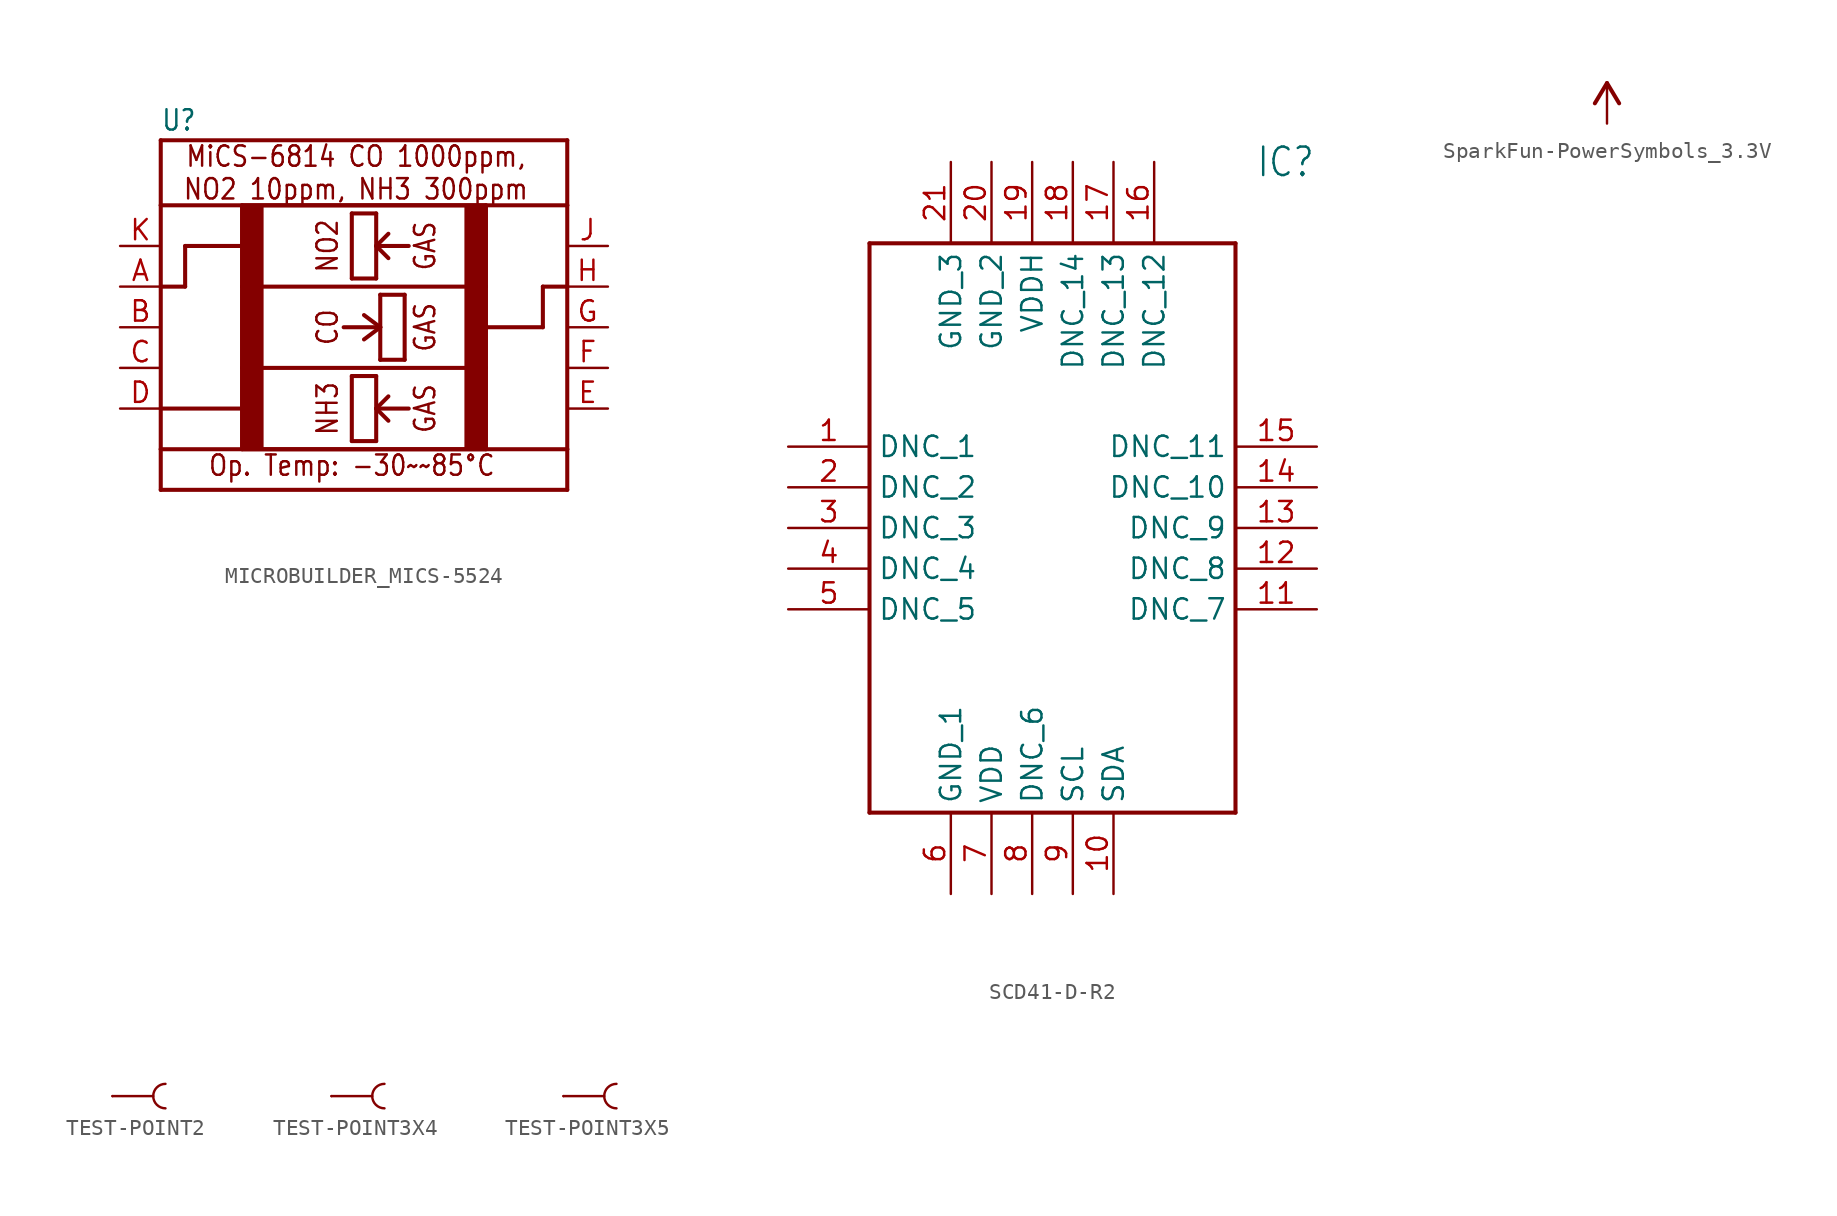
<source format=kicad_sym>
(kicad_symbol_lib
  (version 20231120)
  (generator "kicad_symbol_editor")
  (generator_version "8.0")
  (symbol "MICROBUILDER_MICS-5524"
    (property "Reference" "U"
      (at -12.7 12.192 0)
      (effects (font (size 1.27 1.079)) (justify left bottom)))
    (property "Value" ""
      (at -12.7 -11.938 0)
      (effects (font (size 1.27 1.079)) (justify left bottom)))
    (property "ki_locked" ""
      (at 0 0 0)
      (effects (font (size 1.27 1.27))))
    (symbol "MICROBUILDER_MICS-5524_1_0"
      (rectangle (start -7.62 -7.62) (end -6.35 -2.54) (stroke (width 0) (type default)) (fill (type outline)))
      (rectangle (start -7.62 -2.54) (end -6.35 2.54) (stroke (width 0) (type default)) (fill (type outline)))
      (rectangle (start -7.62 2.54) (end -6.35 7.62) (stroke (width 0) (type default)) (fill (type outline)))
      (polyline (pts (xy -12.7 -10.16) (xy 12.7 -10.16)) (stroke (width 0.254) (type solid)) (fill (type none)))
      (polyline (pts (xy -12.7 -7.62) (xy -12.7 -10.16)) (stroke (width 0.254) (type solid)) (fill (type none)))
      (polyline (pts (xy -12.7 -5.08) (xy -12.7 -7.62)) (stroke (width 0.254) (type solid)) (fill (type none)))
      (polyline (pts (xy -12.7 -5.08) (xy -7.62 -5.08)) (stroke (width 0.254) (type solid)) (fill (type none)))
      (polyline (pts (xy -12.7 2.54) (xy -12.7 -5.08)) (stroke (width 0.254) (type solid)) (fill (type none)))
      (polyline (pts (xy -12.7 2.54) (xy -11.176 2.54)) (stroke (width 0.254) (type solid)) (fill (type none)))
      (polyline (pts (xy -12.7 7.62) (xy -12.7 2.54)) (stroke (width 0.254) (type solid)) (fill (type none)))
      (polyline (pts (xy -12.7 7.62) (xy -12.7 11.684)) (stroke (width 0.254) (type solid)) (fill (type none)))
      (polyline (pts (xy -12.7 11.684) (xy 12.7 11.684)) (stroke (width 0.254) (type solid)) (fill (type none)))
      (polyline (pts (xy -11.176 2.54) (xy -11.176 5.08)) (stroke (width 0.254) (type solid)) (fill (type none)))
      (polyline (pts (xy -11.176 5.08) (xy -7.62 5.08)) (stroke (width 0.254) (type solid)) (fill (type none)))
      (polyline (pts (xy -7.62 -7.62) (xy 7.62 -7.62)) (stroke (width 0.254) (type solid)) (fill (type none)))
      (polyline (pts (xy -7.62 -5.08) (xy -7.62 -7.62)) (stroke (width 0.254) (type solid)) (fill (type none)))
      (polyline (pts (xy -7.62 -2.54) (xy -7.62 -5.08)) (stroke (width 0.254) (type solid)) (fill (type none)))
      (polyline (pts (xy -7.62 2.54) (xy -7.62 -2.54)) (stroke (width 0.254) (type solid)) (fill (type none)))
      (polyline (pts (xy -7.62 2.54) (xy 7.62 2.54)) (stroke (width 0.254) (type solid)) (fill (type none)))
      (polyline (pts (xy -7.62 5.08) (xy -7.62 2.54)) (stroke (width 0.254) (type solid)) (fill (type none)))
      (polyline (pts (xy -7.62 7.62) (xy -7.62 5.08)) (stroke (width 0.254) (type solid)) (fill (type none)))
      (polyline (pts (xy -1.27 0) (xy 0.762 0)) (stroke (width 0.254) (type solid)) (fill (type none)))
      (polyline (pts (xy -0.762 -7.112) (xy -0.762 -3.048)) (stroke (width 0.254) (type solid)) (fill (type none)))
      (polyline (pts (xy -0.762 -3.048) (xy 0.762 -3.048)) (stroke (width 0.254) (type solid)) (fill (type none)))
      (polyline (pts (xy -0.762 3.048) (xy -0.762 7.112)) (stroke (width 0.254) (type solid)) (fill (type none)))
      (polyline (pts (xy -0.762 7.112) (xy 0.762 7.112)) (stroke (width 0.254) (type solid)) (fill (type none)))
      (polyline (pts (xy 0.762 -7.112) (xy -0.762 -7.112)) (stroke (width 0.254) (type solid)) (fill (type none)))
      (polyline (pts (xy 0.762 -5.08) (xy 0.762 -7.112)) (stroke (width 0.254) (type solid)) (fill (type none)))
      (polyline (pts (xy 0.762 -5.08) (xy 1.524 -5.842)) (stroke (width 0.254) (type solid)) (fill (type none)))
      (polyline (pts (xy 0.762 -5.08) (xy 1.524 -4.318)) (stroke (width 0.254) (type solid)) (fill (type none)))
      (polyline (pts (xy 0.762 -3.048) (xy 0.762 -5.08)) (stroke (width 0.254) (type solid)) (fill (type none)))
      (polyline (pts (xy 0.762 3.048) (xy -0.762 3.048)) (stroke (width 0.254) (type solid)) (fill (type none)))
      (polyline (pts (xy 0.762 5.08) (xy 0.762 3.048)) (stroke (width 0.254) (type solid)) (fill (type none)))
      (polyline (pts (xy 0.762 5.08) (xy 1.524 4.318)) (stroke (width 0.254) (type solid)) (fill (type none)))
      (polyline (pts (xy 0.762 5.08) (xy 1.524 5.842)) (stroke (width 0.254) (type solid)) (fill (type none)))
      (polyline (pts (xy 0.762 7.112) (xy 0.762 5.08)) (stroke (width 0.254) (type solid)) (fill (type none)))
      (polyline (pts (xy 1.016 -5.08) (xy 2.794 -5.08)) (stroke (width 0.254) (type solid)) (fill (type none)))
      (polyline (pts (xy 1.016 -2.032) (xy 1.016 0)) (stroke (width 0.254) (type solid)) (fill (type none)))
      (polyline (pts (xy 1.016 0) (xy 0 -0.762)) (stroke (width 0.254) (type solid)) (fill (type none)))
      (polyline (pts (xy 1.016 0) (xy 0 0.762)) (stroke (width 0.254) (type solid)) (fill (type none)))
      (polyline (pts (xy 1.016 0) (xy 1.016 2.032)) (stroke (width 0.254) (type solid)) (fill (type none)))
      (polyline (pts (xy 1.016 2.032) (xy 2.54 2.032)) (stroke (width 0.254) (type solid)) (fill (type none)))
      (polyline (pts (xy 1.016 5.08) (xy 2.794 5.08)) (stroke (width 0.254) (type solid)) (fill (type none)))
      (polyline (pts (xy 2.54 -2.032) (xy 1.016 -2.032)) (stroke (width 0.254) (type solid)) (fill (type none)))
      (polyline (pts (xy 2.54 2.032) (xy 2.54 -2.032)) (stroke (width 0.254) (type solid)) (fill (type none)))
      (polyline (pts (xy 7.62 -7.62) (xy 7.62 -2.54)) (stroke (width 0.254) (type solid)) (fill (type none)))
      (polyline (pts (xy 7.62 -2.54) (xy -7.62 -2.54)) (stroke (width 0.254) (type solid)) (fill (type none)))
      (polyline (pts (xy 7.62 -2.54) (xy 7.62 0)) (stroke (width 0.254) (type solid)) (fill (type none)))
      (polyline (pts (xy 7.62 0) (xy 7.62 2.54)) (stroke (width 0.254) (type solid)) (fill (type none)))
      (polyline (pts (xy 7.62 2.54) (xy 7.62 7.62)) (stroke (width 0.254) (type solid)) (fill (type none)))
      (polyline (pts (xy 7.62 7.62) (xy -7.62 7.62)) (stroke (width 0.254) (type solid)) (fill (type none)))
      (polyline (pts (xy 11.176 0) (xy 7.62 0)) (stroke (width 0.254) (type solid)) (fill (type none)))
      (polyline (pts (xy 11.176 2.54) (xy 11.176 0)) (stroke (width 0.254) (type solid)) (fill (type none)))
      (polyline (pts (xy 12.7 -10.16) (xy 12.7 -7.62)) (stroke (width 0.254) (type solid)) (fill (type none)))
      (polyline (pts (xy 12.7 -7.62) (xy -12.7 -7.62)) (stroke (width 0.254) (type solid)) (fill (type none)))
      (polyline (pts (xy 12.7 2.54) (xy 11.176 2.54)) (stroke (width 0.254) (type solid)) (fill (type none)))
      (polyline (pts (xy 12.7 2.54) (xy 12.7 -7.62)) (stroke (width 0.254) (type solid)) (fill (type none)))
      (polyline (pts (xy 12.7 7.62) (xy -12.7 7.62)) (stroke (width 0.254) (type solid)) (fill (type none)))
      (polyline (pts (xy 12.7 7.62) (xy 12.7 2.54)) (stroke (width 0.254) (type solid)) (fill (type none)))
      (polyline (pts (xy 12.7 11.684) (xy 12.7 7.62)) (stroke (width 0.254) (type solid)) (fill (type none)))
      (rectangle (start 6.35 -7.62) (end 7.62 -2.54) (stroke (width 0) (type default)) (fill (type outline)))
      (rectangle (start 6.35 -2.54) (end 7.62 2.54) (stroke (width 0) (type default)) (fill (type outline)))
      (rectangle (start 6.35 2.54) (end 7.62 7.62) (stroke (width 0) (type default)) (fill (type outline)))
      (text "CO" (at -2.286 0 900) (effects (font (size 1.27 1.079))))
      (text "GAS" (at 3.81 -5.08 900) (effects (font (size 1.27 1.079))))
      (text "GAS" (at 3.81 0 900) (effects (font (size 1.27 1.079))))
      (text "GAS" (at 3.81 5.08 900) (effects (font (size 1.27 1.079))))
      (text "MiCS-6814 CO 1000ppm,\nNO2 10ppm, NH3 300ppm" (at -0.508 9.652 0) (effects (font (size 1.27 1.079))))
      (text "NH3" (at -2.286 -5.08 900) (effects (font (size 1.27 1.079))))
      (text "NO2" (at -2.286 5.08 900) (effects (font (size 1.27 1.079))))
      (text "Op. Temp: -30~~85°C" (at -0.762 -8.636 0) (effects (font (size 1.27 1.079))))
      (pin bidirectional line (at -15.24 2.54 0) (length 2.54) (name "A" (effects (font (size 0 0)))) (number "A" (effects (font (size 1.27 1.27)))))
      (pin bidirectional line (at -15.24 0 0) (length 2.54) (name "B" (effects (font (size 0 0)))) (number "B" (effects (font (size 1.27 1.27)))))
      (pin bidirectional line (at -15.24 -2.54 0) (length 2.54) (name "C" (effects (font (size 0 0)))) (number "C" (effects (font (size 1.27 1.27)))))
      (pin bidirectional line (at -15.24 -5.08 0) (length 2.54) (name "D" (effects (font (size 0 0)))) (number "D" (effects (font (size 1.27 1.27)))))
      (pin bidirectional line (at 15.24 -5.08 180) (length 2.54) (name "E" (effects (font (size 0 0)))) (number "E" (effects (font (size 1.27 1.27)))))
      (pin bidirectional line (at 15.24 -2.54 180) (length 2.54) (name "F" (effects (font (size 0 0)))) (number "F" (effects (font (size 1.27 1.27)))))
      (pin bidirectional line (at 15.24 0 180) (length 2.54) (name "G" (effects (font (size 0 0)))) (number "G" (effects (font (size 1.27 1.27)))))
      (pin bidirectional line (at 15.24 2.54 180) (length 2.54) (name "H" (effects (font (size 0 0)))) (number "H" (effects (font (size 1.27 1.27)))))
      (pin bidirectional line (at 15.24 5.08 180) (length 2.54) (name "J" (effects (font (size 0 0)))) (number "J" (effects (font (size 1.27 1.27)))))
      (pin bidirectional line (at -15.24 5.08 0) (length 2.54) (name "K" (effects (font (size 0 0)))) (number "K" (effects (font (size 1.27 1.27)))))))
  (symbol "SCD41-D-R2"
    (property "Reference" "IC"
      (at 29.21 17.78 0)
      (effects (font (size 1.778 1.511)) (justify left)))
    (property "Value" ""
      (at 29.21 15.24 0)
      (effects (font (size 1.778 1.511)) (justify left)))
    (property "ki_locked" ""
      (at 0 0 0)
      (effects (font (size 1.27 1.27))))
    (symbol "SCD41-D-R2_1_0"
      (polyline (pts (xy 5.08 12.7) (xy 5.08 -22.86)) (stroke (width 0.254) (type solid)) (fill (type none)))
      (polyline (pts (xy 5.08 12.7) (xy 27.94 12.7)) (stroke (width 0.254) (type solid)) (fill (type none)))
      (polyline (pts (xy 27.94 -22.86) (xy 5.08 -22.86)) (stroke (width 0.254) (type solid)) (fill (type none)))
      (polyline (pts (xy 27.94 -22.86) (xy 27.94 12.7)) (stroke (width 0.254) (type solid)) (fill (type none)))
      (pin bidirectional line (at 0 0 0) (length 5.08) (name "DNC_1" (effects (font (size 1.27 1.27)))) (number "1" (effects (font (size 1.27 1.27)))))
      (pin bidirectional line (at 20.32 -27.94 90) (length 5.08) (name "SDA" (effects (font (size 1.27 1.27)))) (number "10" (effects (font (size 1.27 1.27)))))
      (pin bidirectional line (at 33.02 -10.16 180) (length 5.08) (name "DNC_7" (effects (font (size 1.27 1.27)))) (number "11" (effects (font (size 1.27 1.27)))))
      (pin bidirectional line (at 33.02 -7.62 180) (length 5.08) (name "DNC_8" (effects (font (size 1.27 1.27)))) (number "12" (effects (font (size 1.27 1.27)))))
      (pin bidirectional line (at 33.02 -5.08 180) (length 5.08) (name "DNC_9" (effects (font (size 1.27 1.27)))) (number "13" (effects (font (size 1.27 1.27)))))
      (pin bidirectional line (at 33.02 -2.54 180) (length 5.08) (name "DNC_10" (effects (font (size 1.27 1.27)))) (number "14" (effects (font (size 1.27 1.27)))))
      (pin bidirectional line (at 33.02 0 180) (length 5.08) (name "DNC_11" (effects (font (size 1.27 1.27)))) (number "15" (effects (font (size 1.27 1.27)))))
      (pin bidirectional line (at 22.86 17.78 270) (length 5.08) (name "DNC_12" (effects (font (size 1.27 1.27)))) (number "16" (effects (font (size 1.27 1.27)))))
      (pin bidirectional line (at 20.32 17.78 270) (length 5.08) (name "DNC_13" (effects (font (size 1.27 1.27)))) (number "17" (effects (font (size 1.27 1.27)))))
      (pin bidirectional line (at 17.78 17.78 270) (length 5.08) (name "DNC_14" (effects (font (size 1.27 1.27)))) (number "18" (effects (font (size 1.27 1.27)))))
      (pin bidirectional line (at 15.24 17.78 270) (length 5.08) (name "VDDH" (effects (font (size 1.27 1.27)))) (number "19" (effects (font (size 1.27 1.27)))))
      (pin bidirectional line (at 0 -2.54 0) (length 5.08) (name "DNC_2" (effects (font (size 1.27 1.27)))) (number "2" (effects (font (size 1.27 1.27)))))
      (pin bidirectional line (at 12.7 17.78 270) (length 5.08) (name "GND_2" (effects (font (size 1.27 1.27)))) (number "20" (effects (font (size 1.27 1.27)))))
      (pin bidirectional line (at 10.16 17.78 270) (length 5.08) (name "GND_3" (effects (font (size 1.27 1.27)))) (number "21" (effects (font (size 1.27 1.27)))))
      (pin bidirectional line (at 0 -5.08 0) (length 5.08) (name "DNC_3" (effects (font (size 1.27 1.27)))) (number "3" (effects (font (size 1.27 1.27)))))
      (pin bidirectional line (at 0 -7.62 0) (length 5.08) (name "DNC_4" (effects (font (size 1.27 1.27)))) (number "4" (effects (font (size 1.27 1.27)))))
      (pin bidirectional line (at 0 -10.16 0) (length 5.08) (name "DNC_5" (effects (font (size 1.27 1.27)))) (number "5" (effects (font (size 1.27 1.27)))))
      (pin bidirectional line (at 10.16 -27.94 90) (length 5.08) (name "GND_1" (effects (font (size 1.27 1.27)))) (number "6" (effects (font (size 1.27 1.27)))))
      (pin bidirectional line (at 12.7 -27.94 90) (length 5.08) (name "VDD" (effects (font (size 1.27 1.27)))) (number "7" (effects (font (size 1.27 1.27)))))
      (pin bidirectional line (at 15.24 -27.94 90) (length 5.08) (name "DNC_6" (effects (font (size 1.27 1.27)))) (number "8" (effects (font (size 1.27 1.27)))))
      (pin bidirectional line (at 17.78 -27.94 90) (length 5.08) (name "SCL" (effects (font (size 1.27 1.27)))) (number "9" (effects (font (size 1.27 1.27)))))))
  (symbol "SparkFun-PowerSymbols_3.3V"
    (power)
    (property "Reference" "#SUPPLY"
      (at 0 0 0)
      (effects (font (size 1.27 1.27)) (hide yes)))
    (property "Value" ""
      (at 0 2.794 0)
      (effects (font (size 1.778 1.511)) (justify bottom)))
    (property "ki_locked" ""
      (at 0 0 0)
      (effects (font (size 1.27 1.27))))
    (symbol "SparkFun-PowerSymbols_3.3V_1_0"
      (polyline (pts (xy 0 2.54) (xy -0.762 1.27)) (stroke (width 0.254) (type solid)) (fill (type none)))
      (polyline (pts (xy 0.762 1.27) (xy 0 2.54)) (stroke (width 0.254) (type solid)) (fill (type none)))
      (pin power_in line (at 0 0 90) (length 2.54) (name "3.3V" (effects (font (size 0 0)))) (number "1" (effects (font (size 0 0)))))))
  (symbol "TEST-POINT2"
    (property "Reference" "TP"
      (at -2.54 2.54 0)
      (effects (font (size 1.778 1.778)) (justify left bottom) (hide yes)))
    (property "ki_locked" ""
      (at 0 0 0)
      (effects (font (size 1.27 1.27))))
    (symbol "TEST-POINT2_1_0"
      (polyline (pts (xy 2.54 0) (xy 0 0)) (stroke (width 0.152) (type solid)) (fill (type none)))
      (arc (start 3.302 0.762) (mid 2.54 0) (end 3.302 -0.762) (stroke (width 0.1524) (type solid)) (fill (type none)))
      (pin bidirectional line (at 0 0 180) (length 0) (name "1" (effects (font (size 0 0)))) (number "P$1" (effects (font (size 0 0)))))))
  (symbol "TEST-POINT3X4"
    (property "Reference" "TP"
      (at -2.54 2.54 0)
      (effects (font (size 1.778 1.778)) (justify left bottom) (hide yes)))
    (property "ki_locked" ""
      (at 0 0 0)
      (effects (font (size 1.27 1.27))))
    (symbol "TEST-POINT3X4_1_0"
      (polyline (pts (xy 2.54 0) (xy 0 0)) (stroke (width 0.152) (type solid)) (fill (type none)))
      (arc (start 3.302 0.762) (mid 2.54 0) (end 3.302 -0.762) (stroke (width 0.1524) (type solid)) (fill (type none)))
      (pin bidirectional line (at 0 0 180) (length 0) (name "1" (effects (font (size 0 0)))) (number "P$1" (effects (font (size 0 0)))))))
  (symbol "TEST-POINT3X5"
    (property "Reference" "TP"
      (at -2.54 2.54 0)
      (effects (font (size 1.778 1.778)) (justify left bottom) (hide yes)))
    (property "ki_locked" ""
      (at 0 0 0)
      (effects (font (size 1.27 1.27))))
    (symbol "TEST-POINT3X5_1_0"
      (polyline (pts (xy 2.54 0) (xy 0 0)) (stroke (width 0.152) (type solid)) (fill (type none)))
      (arc (start 3.302 0.762) (mid 2.54 0) (end 3.302 -0.762) (stroke (width 0.1524) (type solid)) (fill (type none)))
      (pin bidirectional line (at 0 0 180) (length 0) (name "1" (effects (font (size 0 0)))) (number "P$1" (effects (font (size 0 0))))))))
</source>
